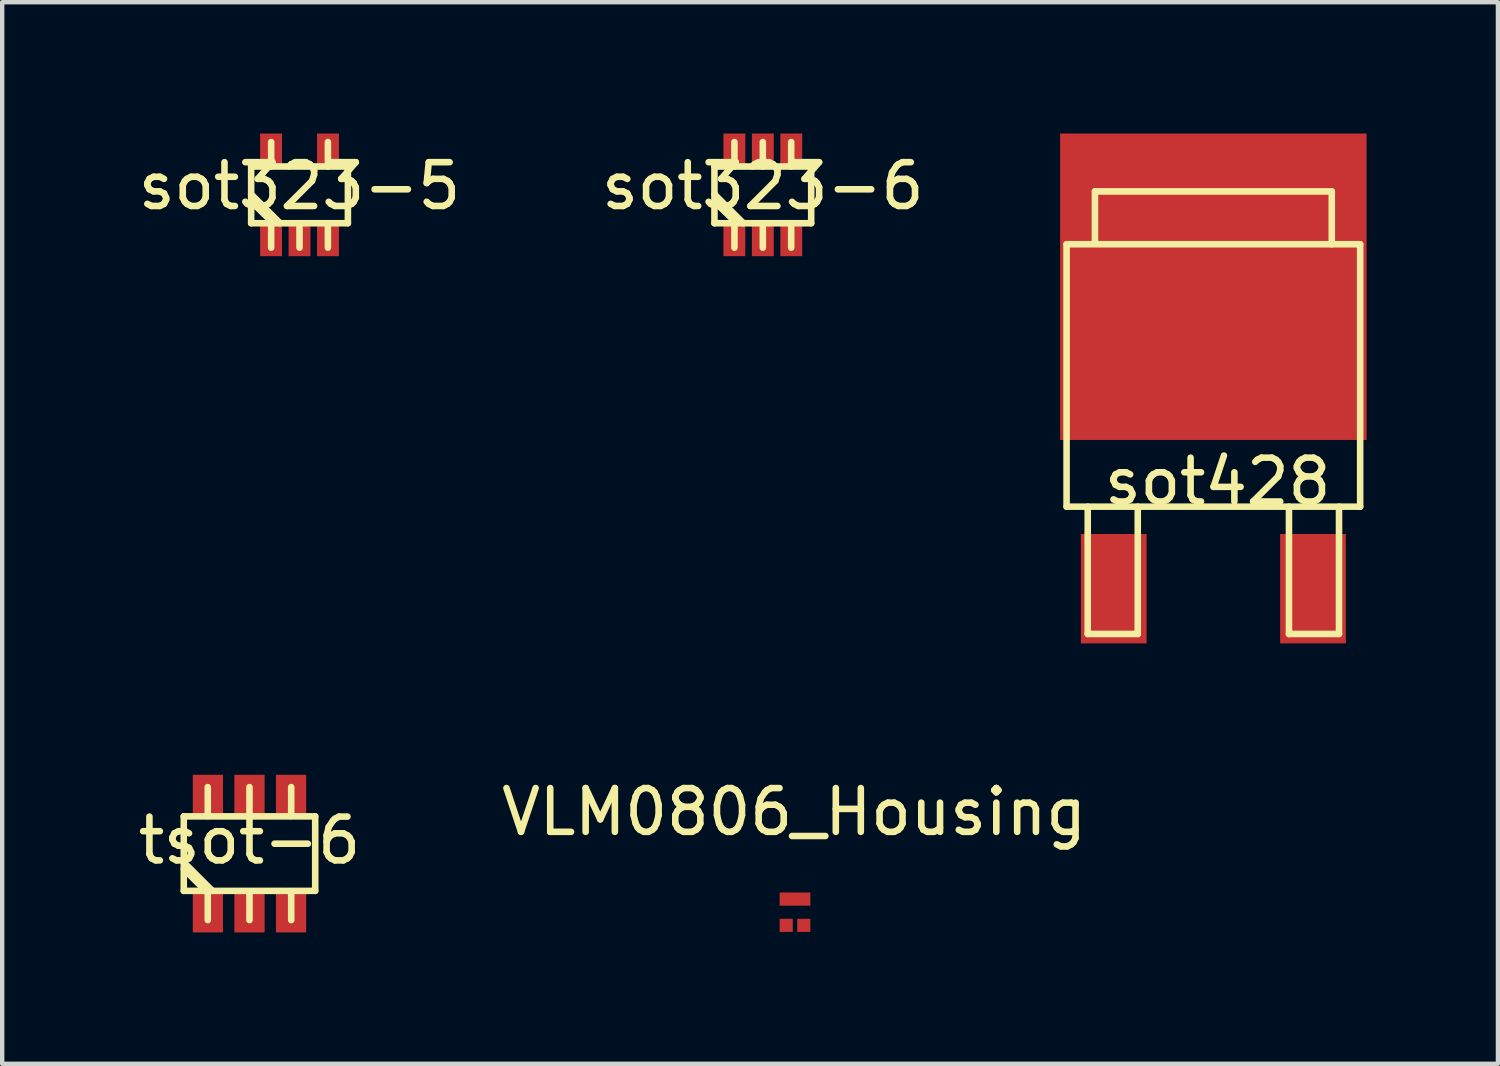
<source format=kicad_pcb>
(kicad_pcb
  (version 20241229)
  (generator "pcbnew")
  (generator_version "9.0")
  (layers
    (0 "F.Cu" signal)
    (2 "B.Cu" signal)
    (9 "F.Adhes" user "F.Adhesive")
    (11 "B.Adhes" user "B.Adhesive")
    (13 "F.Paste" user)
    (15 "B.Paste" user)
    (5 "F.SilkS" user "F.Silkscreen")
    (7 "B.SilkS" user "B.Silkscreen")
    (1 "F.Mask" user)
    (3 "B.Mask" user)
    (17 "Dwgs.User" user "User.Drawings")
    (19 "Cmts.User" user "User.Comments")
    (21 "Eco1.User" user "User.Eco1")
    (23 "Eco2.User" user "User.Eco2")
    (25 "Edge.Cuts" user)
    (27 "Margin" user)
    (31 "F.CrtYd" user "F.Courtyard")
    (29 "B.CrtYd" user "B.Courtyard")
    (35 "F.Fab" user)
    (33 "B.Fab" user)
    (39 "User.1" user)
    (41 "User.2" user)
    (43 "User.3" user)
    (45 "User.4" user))
  (footprint "sot428"
    (layer "F.Cu")
    (at 24.667 6.949)
    (property "Reference" "sot428" (at 0.099 1.001 0) (layer "F.SilkS") (effects (font (size 1 1) (thickness 0.15))))
    (attr smd)
    (fp_line (start -3.353 -4.42) (end -3.353 1.575) (stroke (width 0.15) (type solid)) (layer "F.SilkS"))
    (fp_line (start -2.87 1.575) (end -2.87 4.483) (stroke (width 0.15) (type solid)) (layer "F.SilkS"))
    (fp_line (start -2.87 4.483) (end -1.727 4.483) (stroke (width 0.15) (type solid)) (layer "F.SilkS"))
    (fp_line (start -2.705 -5.626) (end 2.705 -5.626) (stroke (width 0.15) (type solid)) (layer "F.SilkS"))
    (fp_line (start -2.705 -4.432) (end -2.705 -5.626) (stroke (width 0.15) (type solid)) (layer "F.SilkS"))
    (fp_line (start -1.727 4.483) (end -1.727 1.575) (stroke (width 0.15) (type solid)) (layer "F.SilkS"))
    (fp_line (start 1.727 1.575) (end 1.727 4.483) (stroke (width 0.15) (type solid)) (layer "F.SilkS"))
    (fp_line (start 1.727 4.483) (end 2.87 4.483) (stroke (width 0.15) (type solid)) (layer "F.SilkS"))
    (fp_line (start 2.705 -5.626) (end 2.705 -4.42) (stroke (width 0.15) (type solid)) (layer "F.SilkS"))
    (fp_line (start 2.87 4.483) (end 2.87 1.575) (stroke (width 0.15) (type solid)) (layer "F.SilkS"))
    (fp_line (start 3.353 -4.42) (end -3.353 -4.42) (stroke (width 0.15) (type solid)) (layer "F.SilkS"))
    (fp_line (start 3.353 1.575) (end -3.353 1.575) (stroke (width 0.15) (type solid)) (layer "F.SilkS"))
    (fp_line (start 3.353 1.575) (end 3.353 -4.42) (stroke (width 0.15) (type solid)) (layer "F.SilkS"))
    (pad "1" smd rect (at -2.276 3.449) (size 1.501 2.499) (layers "F.Cu" "F.Mask" "F.Paste"))
    (pad "2" smd rect (at 0 -3.449) (size 7 7) (layers "F.Cu" "F.Mask" "F.Paste"))
    (pad "3" smd rect (at 2.276 3.449) (size 1.501 2.499) (layers "F.Cu" "F.Mask" "F.Paste")))
  (footprint "sot323-5"
    (layer "F.Cu")
    (at 3.792 1.401)
    (property "Reference" "sot323-5" (at 0 -0.201 0) (layer "F.SilkS") (effects (font (size 1 1) (thickness 0.15))))
    (attr smd)
    (fp_line (start -1.105 -0.648) (end 1.105 -0.648) (stroke (width 0.15) (type solid)) (layer "F.SilkS"))
    (fp_line (start -1.105 0.648) (end -1.105 -0.648) (stroke (width 0.15) (type solid)) (layer "F.SilkS"))
    (fp_line (start -0.648 -0.648) (end -0.648 -1.206) (stroke (width 0.15) (type solid)) (layer "F.SilkS"))
    (fp_line (start -0.648 0.648) (end -0.648 1.206) (stroke (width 0.15) (type solid)) (layer "F.SilkS"))
    (fp_line (start -0.597 0.648) (end -1.105 0.152) (stroke (width 0.15) (type solid)) (layer "F.SilkS"))
    (fp_line (start -0.445 0.648) (end -1.105 -0.013) (stroke (width 0.15) (type solid)) (layer "F.SilkS"))
    (fp_line (start 0 0.648) (end 0 1.206) (stroke (width 0.15) (type solid)) (layer "F.SilkS"))
    (fp_line (start 0.648 -0.648) (end 0.648 -1.206) (stroke (width 0.15) (type solid)) (layer "F.SilkS"))
    (fp_line (start 0.648 0.648) (end 0.648 1.206) (stroke (width 0.15) (type solid)) (layer "F.SilkS"))
    (fp_line (start 1.105 -0.648) (end 1.105 0.648) (stroke (width 0.15) (type solid)) (layer "F.SilkS"))
    (fp_line (start 1.105 0.648) (end -1.105 0.648) (stroke (width 0.15) (type solid)) (layer "F.SilkS"))
    (pad "1" smd rect (at -0.65 1.001) (size 0.5 0.8) (layers "F.Cu" "F.Mask" "F.Paste"))
    (pad "2" smd rect (at 0 1.001) (size 0.5 0.8) (layers "F.Cu" "F.Mask" "F.Paste"))
    (pad "3" smd rect (at 0.65 1.001) (size 0.5 0.8) (layers "F.Cu" "F.Mask" "F.Paste"))
    (pad "4" smd rect (at 0.65 -1.001) (size 0.5 0.8) (layers "F.Cu" "F.Mask" "F.Paste"))
    (pad "5" smd rect (at -0.65 -1.001) (size 0.5 0.8) (layers "F.Cu" "F.Mask" "F.Paste")))
  (footprint "VLM0806_Housing"
    (layer "F.Cu")
    (at 15.11 17.788)
    (property "Reference" "VLM0806_Housing" (at -0.02 -2.291 0) (layer "F.SilkS") (effects (font (size 1 1) (thickness 0.15))))
    (attr smd)
    (pad "1" smd rect (at 0.201 0.3) (size 0.3 0.3) (layers "F.Cu" "F.Mask" "F.Paste"))
    (pad "2" smd rect (at -0.201 0.3) (size 0.3 0.3) (layers "F.Cu" "F.Mask" "F.Paste"))
    (pad "3" smd rect (at 0 -0.3) (size 0.701 0.3) (layers "F.Cu" "F.Mask" "F.Paste")))
  (footprint "tsot-6"
    (layer "F.Cu")
    (at 2.649 16.449)
    (property "Reference" "tsot-6" (at 0 -0.3 0) (layer "F.SilkS") (effects (font (size 1 1) (thickness 0.15))))
    (attr smd)
    (fp_line (start -1.501 -0.851) (end 1.501 -0.851) (stroke (width 0.15) (type solid)) (layer "F.SilkS"))
    (fp_line (start -1.501 0.851) (end -1.501 -0.851) (stroke (width 0.15) (type solid)) (layer "F.SilkS"))
    (fp_line (start -1.003 0.848) (end -1.499 0.353) (stroke (width 0.15) (type solid)) (layer "F.SilkS"))
    (fp_line (start -0.953 -0.859) (end -0.953 -1.519) (stroke (width 0.15) (type solid)) (layer "F.SilkS"))
    (fp_line (start -0.953 0.859) (end -0.953 1.519) (stroke (width 0.15) (type solid)) (layer "F.SilkS"))
    (fp_line (start -0.851 0.848) (end -1.499 0.201) (stroke (width 0.15) (type solid)) (layer "F.SilkS"))
    (fp_line (start 0 -0.859) (end 0 -1.519) (stroke (width 0.15) (type solid)) (layer "F.SilkS"))
    (fp_line (start 0 0.859) (end 0 1.519) (stroke (width 0.15) (type solid)) (layer "F.SilkS"))
    (fp_line (start 0.953 -0.859) (end 0.953 -1.519) (stroke (width 0.15) (type solid)) (layer "F.SilkS"))
    (fp_line (start 0.953 0.859) (end 0.953 1.519) (stroke (width 0.15) (type solid)) (layer "F.SilkS"))
    (fp_line (start 1.501 -0.851) (end 1.501 0.851) (stroke (width 0.15) (type solid)) (layer "F.SilkS"))
    (fp_line (start 1.501 0.851) (end -1.501 0.851) (stroke (width 0.15) (type solid)) (layer "F.SilkS"))
    (pad "1" smd rect (at -0.95 1.3) (size 0.691 1.001) (layers "F.Cu" "F.Mask" "F.Paste"))
    (pad "2" smd rect (at 0 1.3) (size 0.691 1.001) (layers "F.Cu" "F.Mask" "F.Paste"))
    (pad "3" smd rect (at 0.95 1.3) (size 0.691 1.001) (layers "F.Cu" "F.Mask" "F.Paste"))
    (pad "4" smd rect (at 0.95 -1.3) (size 0.691 1.001) (layers "F.Cu" "F.Mask" "F.Paste"))
    (pad "5" smd rect (at 0 -1.3) (size 0.691 1.001) (layers "F.Cu" "F.Mask" "F.Paste"))
    (pad "6" smd rect (at -0.95 -1.3) (size 0.691 1.001) (layers "F.Cu" "F.Mask" "F.Paste")))
  (footprint "sot323-6"
    (layer "F.Cu")
    (at 14.375 1.401)
    (property "Reference" "sot323-6" (at 0 -0.201 0) (layer "F.SilkS") (effects (font (size 1 1) (thickness 0.15))))
    (attr smd)
    (fp_line (start -1.105 -0.648) (end 1.105 -0.648) (stroke (width 0.15) (type solid)) (layer "F.SilkS"))
    (fp_line (start -1.105 0.648) (end -1.105 -0.648) (stroke (width 0.15) (type solid)) (layer "F.SilkS"))
    (fp_line (start -0.648 -0.648) (end -0.648 -1.206) (stroke (width 0.15) (type solid)) (layer "F.SilkS"))
    (fp_line (start -0.648 0.648) (end -0.648 1.206) (stroke (width 0.15) (type solid)) (layer "F.SilkS"))
    (fp_line (start -0.597 0.648) (end -1.105 0.152) (stroke (width 0.15) (type solid)) (layer "F.SilkS"))
    (fp_line (start -0.445 0.648) (end -1.105 -0.013) (stroke (width 0.15) (type solid)) (layer "F.SilkS"))
    (fp_line (start 0 -0.648) (end 0 -1.206) (stroke (width 0.15) (type solid)) (layer "F.SilkS"))
    (fp_line (start 0 0.648) (end 0 1.206) (stroke (width 0.15) (type solid)) (layer "F.SilkS"))
    (fp_line (start 0.648 -0.648) (end 0.648 -1.206) (stroke (width 0.15) (type solid)) (layer "F.SilkS"))
    (fp_line (start 0.648 0.648) (end 0.648 1.206) (stroke (width 0.15) (type solid)) (layer "F.SilkS"))
    (fp_line (start 1.105 -0.648) (end 1.105 0.648) (stroke (width 0.15) (type solid)) (layer "F.SilkS"))
    (fp_line (start 1.105 0.648) (end -1.105 0.648) (stroke (width 0.15) (type solid)) (layer "F.SilkS"))
    (pad "1" smd rect (at -0.65 1.001) (size 0.5 0.8) (layers "F.Cu" "F.Mask" "F.Paste"))
    (pad "2" smd rect (at 0 1.001) (size 0.5 0.8) (layers "F.Cu" "F.Mask" "F.Paste"))
    (pad "3" smd rect (at 0.65 1.001) (size 0.5 0.8) (layers "F.Cu" "F.Mask" "F.Paste"))
    (pad "4" smd rect (at 0.65 -1.001) (size 0.5 0.8) (layers "F.Cu" "F.Mask" "F.Paste"))
    (pad "5" smd rect (at 0 -1.001) (size 0.5 0.8) (layers "F.Cu" "F.Mask" "F.Paste"))
    (pad "6" smd rect (at -0.65 -1.001) (size 0.5 0.8) (layers "F.Cu" "F.Mask" "F.Paste")))
  (gr_rect
    (start -3 -3)
    (end 31.167 21.25)
    (stroke (width 0.1) (type default))
    (fill no)
    (layer "Edge.Cuts")))
</source>
